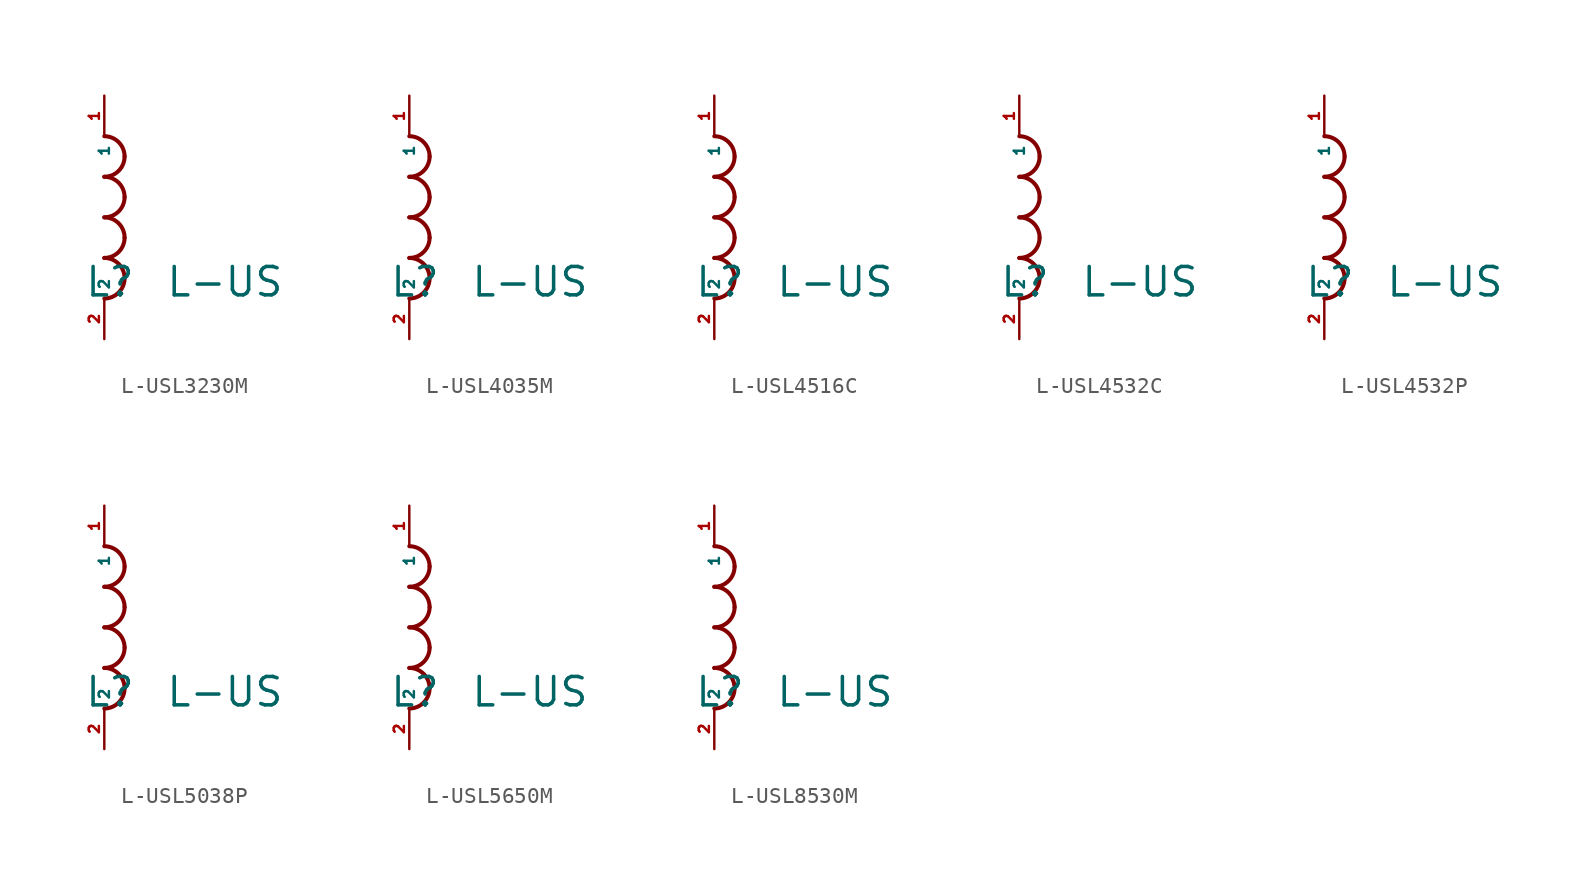
<source format=kicad_sym>
(kicad_symbol_lib
  (version 20220914)
  (generator Eagle2Kicad)
  (symbol "L-USL3230M"
    (property "Reference" "L"
      (at -1.27 -5.08 0)
      (effects (font (size 1.778 1.778) (thickness 0.22)) (justify left bottom)))
    (property "Value" "L-US"
      (at 3.81 -5.08 0)
      (effects (font (size 1.778 1.778) (thickness 0.22)) (justify left bottom)))
    (arc
      (start 1.27 3.81)
      (mid 0.898 4.708)
      (end 0 5.08)
      (stroke (width 0.254) (type default))
      (fill (type none)))
    (arc
      (start 0 2.54)
      (mid 0.898 2.912)
      (end 1.27 3.81)
      (stroke (width 0.254) (type default))
      (fill (type none)))
    (arc
      (start 1.27 1.27)
      (mid 0.898 2.168)
      (end 0 2.54)
      (stroke (width 0.254) (type default))
      (fill (type none)))
    (arc
      (start 0 0)
      (mid 0.898 0.372)
      (end 1.27 1.27)
      (stroke (width 0.254) (type default))
      (fill (type none)))
    (arc
      (start 1.27 -1.27)
      (mid 0.898 -0.372)
      (end 0 0)
      (stroke (width 0.254) (type default))
      (fill (type none)))
    (arc
      (start 0 -2.54)
      (mid 0.898 -2.168)
      (end 1.27 -1.27)
      (stroke (width 0.254) (type default))
      (fill (type none)))
    (arc
      (start 1.27 -3.81)
      (mid 0.898 -2.912)
      (end 0 -2.54)
      (stroke (width 0.254) (type default))
      (fill (type none)))
    (arc
      (start 0 -5.08)
      (mid 0.898 -4.708)
      (end 1.27 -3.81)
      (stroke (width 0.254) (type default))
      (fill (type none)))
    (pin passive line
      (at 0 -7.62 90)
      (length 2.54)
      (name "2" (effects (font (size 0.635 0.635) (thickness 0.08)) (justify left bottom)))
      (number "2" (effects (font (size 0.635 0.635) (thickness 0.08)) (justify left bottom))))
    (pin passive line
      (at 0 7.62 270)
      (length 2.54)
      (name "1" (effects (font (size 0.635 0.635) (thickness 0.08)) (justify left bottom)))
      (number "1" (effects (font (size 0.635 0.635) (thickness 0.08)) (justify left bottom)))))
  (symbol "L-USL4035M"
    (property "Reference" "L"
      (at -1.27 -5.08 0)
      (effects (font (size 1.778 1.778) (thickness 0.22)) (justify left bottom)))
    (property "Value" "L-US"
      (at 3.81 -5.08 0)
      (effects (font (size 1.778 1.778) (thickness 0.22)) (justify left bottom)))
    (arc
      (start 1.27 3.81)
      (mid 0.898 4.708)
      (end 0 5.08)
      (stroke (width 0.254) (type default))
      (fill (type none)))
    (arc
      (start 0 2.54)
      (mid 0.898 2.912)
      (end 1.27 3.81)
      (stroke (width 0.254) (type default))
      (fill (type none)))
    (arc
      (start 1.27 1.27)
      (mid 0.898 2.168)
      (end 0 2.54)
      (stroke (width 0.254) (type default))
      (fill (type none)))
    (arc
      (start 0 0)
      (mid 0.898 0.372)
      (end 1.27 1.27)
      (stroke (width 0.254) (type default))
      (fill (type none)))
    (arc
      (start 1.27 -1.27)
      (mid 0.898 -0.372)
      (end 0 0)
      (stroke (width 0.254) (type default))
      (fill (type none)))
    (arc
      (start 0 -2.54)
      (mid 0.898 -2.168)
      (end 1.27 -1.27)
      (stroke (width 0.254) (type default))
      (fill (type none)))
    (arc
      (start 1.27 -3.81)
      (mid 0.898 -2.912)
      (end 0 -2.54)
      (stroke (width 0.254) (type default))
      (fill (type none)))
    (arc
      (start 0 -5.08)
      (mid 0.898 -4.708)
      (end 1.27 -3.81)
      (stroke (width 0.254) (type default))
      (fill (type none)))
    (pin passive line
      (at 0 -7.62 90)
      (length 2.54)
      (name "2" (effects (font (size 0.635 0.635) (thickness 0.08)) (justify left bottom)))
      (number "2" (effects (font (size 0.635 0.635) (thickness 0.08)) (justify left bottom))))
    (pin passive line
      (at 0 7.62 270)
      (length 2.54)
      (name "1" (effects (font (size 0.635 0.635) (thickness 0.08)) (justify left bottom)))
      (number "1" (effects (font (size 0.635 0.635) (thickness 0.08)) (justify left bottom)))))
  (symbol "L-USL4516C"
    (property "Reference" "L"
      (at -1.27 -5.08 0)
      (effects (font (size 1.778 1.778) (thickness 0.22)) (justify left bottom)))
    (property "Value" "L-US"
      (at 3.81 -5.08 0)
      (effects (font (size 1.778 1.778) (thickness 0.22)) (justify left bottom)))
    (arc
      (start 1.27 3.81)
      (mid 0.898 4.708)
      (end 0 5.08)
      (stroke (width 0.254) (type default))
      (fill (type none)))
    (arc
      (start 0 2.54)
      (mid 0.898 2.912)
      (end 1.27 3.81)
      (stroke (width 0.254) (type default))
      (fill (type none)))
    (arc
      (start 1.27 1.27)
      (mid 0.898 2.168)
      (end 0 2.54)
      (stroke (width 0.254) (type default))
      (fill (type none)))
    (arc
      (start 0 0)
      (mid 0.898 0.372)
      (end 1.27 1.27)
      (stroke (width 0.254) (type default))
      (fill (type none)))
    (arc
      (start 1.27 -1.27)
      (mid 0.898 -0.372)
      (end 0 0)
      (stroke (width 0.254) (type default))
      (fill (type none)))
    (arc
      (start 0 -2.54)
      (mid 0.898 -2.168)
      (end 1.27 -1.27)
      (stroke (width 0.254) (type default))
      (fill (type none)))
    (arc
      (start 1.27 -3.81)
      (mid 0.898 -2.912)
      (end 0 -2.54)
      (stroke (width 0.254) (type default))
      (fill (type none)))
    (arc
      (start 0 -5.08)
      (mid 0.898 -4.708)
      (end 1.27 -3.81)
      (stroke (width 0.254) (type default))
      (fill (type none)))
    (pin passive line
      (at 0 -7.62 90)
      (length 2.54)
      (name "2" (effects (font (size 0.635 0.635) (thickness 0.08)) (justify left bottom)))
      (number "2" (effects (font (size 0.635 0.635) (thickness 0.08)) (justify left bottom))))
    (pin passive line
      (at 0 7.62 270)
      (length 2.54)
      (name "1" (effects (font (size 0.635 0.635) (thickness 0.08)) (justify left bottom)))
      (number "1" (effects (font (size 0.635 0.635) (thickness 0.08)) (justify left bottom)))))
  (symbol "L-USL4532C"
    (property "Reference" "L"
      (at -1.27 -5.08 0)
      (effects (font (size 1.778 1.778) (thickness 0.22)) (justify left bottom)))
    (property "Value" "L-US"
      (at 3.81 -5.08 0)
      (effects (font (size 1.778 1.778) (thickness 0.22)) (justify left bottom)))
    (arc
      (start 1.27 3.81)
      (mid 0.898 4.708)
      (end 0 5.08)
      (stroke (width 0.254) (type default))
      (fill (type none)))
    (arc
      (start 0 2.54)
      (mid 0.898 2.912)
      (end 1.27 3.81)
      (stroke (width 0.254) (type default))
      (fill (type none)))
    (arc
      (start 1.27 1.27)
      (mid 0.898 2.168)
      (end 0 2.54)
      (stroke (width 0.254) (type default))
      (fill (type none)))
    (arc
      (start 0 0)
      (mid 0.898 0.372)
      (end 1.27 1.27)
      (stroke (width 0.254) (type default))
      (fill (type none)))
    (arc
      (start 1.27 -1.27)
      (mid 0.898 -0.372)
      (end 0 0)
      (stroke (width 0.254) (type default))
      (fill (type none)))
    (arc
      (start 0 -2.54)
      (mid 0.898 -2.168)
      (end 1.27 -1.27)
      (stroke (width 0.254) (type default))
      (fill (type none)))
    (arc
      (start 1.27 -3.81)
      (mid 0.898 -2.912)
      (end 0 -2.54)
      (stroke (width 0.254) (type default))
      (fill (type none)))
    (arc
      (start 0 -5.08)
      (mid 0.898 -4.708)
      (end 1.27 -3.81)
      (stroke (width 0.254) (type default))
      (fill (type none)))
    (pin passive line
      (at 0 -7.62 90)
      (length 2.54)
      (name "2" (effects (font (size 0.635 0.635) (thickness 0.08)) (justify left bottom)))
      (number "2" (effects (font (size 0.635 0.635) (thickness 0.08)) (justify left bottom))))
    (pin passive line
      (at 0 7.62 270)
      (length 2.54)
      (name "1" (effects (font (size 0.635 0.635) (thickness 0.08)) (justify left bottom)))
      (number "1" (effects (font (size 0.635 0.635) (thickness 0.08)) (justify left bottom)))))
  (symbol "L-USL4532P"
    (property "Reference" "L"
      (at -1.27 -5.08 0)
      (effects (font (size 1.778 1.778) (thickness 0.22)) (justify left bottom)))
    (property "Value" "L-US"
      (at 3.81 -5.08 0)
      (effects (font (size 1.778 1.778) (thickness 0.22)) (justify left bottom)))
    (arc
      (start 1.27 3.81)
      (mid 0.898 4.708)
      (end 0 5.08)
      (stroke (width 0.254) (type default))
      (fill (type none)))
    (arc
      (start 0 2.54)
      (mid 0.898 2.912)
      (end 1.27 3.81)
      (stroke (width 0.254) (type default))
      (fill (type none)))
    (arc
      (start 1.27 1.27)
      (mid 0.898 2.168)
      (end 0 2.54)
      (stroke (width 0.254) (type default))
      (fill (type none)))
    (arc
      (start 0 0)
      (mid 0.898 0.372)
      (end 1.27 1.27)
      (stroke (width 0.254) (type default))
      (fill (type none)))
    (arc
      (start 1.27 -1.27)
      (mid 0.898 -0.372)
      (end 0 0)
      (stroke (width 0.254) (type default))
      (fill (type none)))
    (arc
      (start 0 -2.54)
      (mid 0.898 -2.168)
      (end 1.27 -1.27)
      (stroke (width 0.254) (type default))
      (fill (type none)))
    (arc
      (start 1.27 -3.81)
      (mid 0.898 -2.912)
      (end 0 -2.54)
      (stroke (width 0.254) (type default))
      (fill (type none)))
    (arc
      (start 0 -5.08)
      (mid 0.898 -4.708)
      (end 1.27 -3.81)
      (stroke (width 0.254) (type default))
      (fill (type none)))
    (pin passive line
      (at 0 -7.62 90)
      (length 2.54)
      (name "2" (effects (font (size 0.635 0.635) (thickness 0.08)) (justify left bottom)))
      (number "2" (effects (font (size 0.635 0.635) (thickness 0.08)) (justify left bottom))))
    (pin passive line
      (at 0 7.62 270)
      (length 2.54)
      (name "1" (effects (font (size 0.635 0.635) (thickness 0.08)) (justify left bottom)))
      (number "1" (effects (font (size 0.635 0.635) (thickness 0.08)) (justify left bottom)))))
  (symbol "L-USL5038P"
    (property "Reference" "L"
      (at -1.27 -5.08 0)
      (effects (font (size 1.778 1.778) (thickness 0.22)) (justify left bottom)))
    (property "Value" "L-US"
      (at 3.81 -5.08 0)
      (effects (font (size 1.778 1.778) (thickness 0.22)) (justify left bottom)))
    (arc
      (start 1.27 3.81)
      (mid 0.898 4.708)
      (end 0 5.08)
      (stroke (width 0.254) (type default))
      (fill (type none)))
    (arc
      (start 0 2.54)
      (mid 0.898 2.912)
      (end 1.27 3.81)
      (stroke (width 0.254) (type default))
      (fill (type none)))
    (arc
      (start 1.27 1.27)
      (mid 0.898 2.168)
      (end 0 2.54)
      (stroke (width 0.254) (type default))
      (fill (type none)))
    (arc
      (start 0 0)
      (mid 0.898 0.372)
      (end 1.27 1.27)
      (stroke (width 0.254) (type default))
      (fill (type none)))
    (arc
      (start 1.27 -1.27)
      (mid 0.898 -0.372)
      (end 0 0)
      (stroke (width 0.254) (type default))
      (fill (type none)))
    (arc
      (start 0 -2.54)
      (mid 0.898 -2.168)
      (end 1.27 -1.27)
      (stroke (width 0.254) (type default))
      (fill (type none)))
    (arc
      (start 1.27 -3.81)
      (mid 0.898 -2.912)
      (end 0 -2.54)
      (stroke (width 0.254) (type default))
      (fill (type none)))
    (arc
      (start 0 -5.08)
      (mid 0.898 -4.708)
      (end 1.27 -3.81)
      (stroke (width 0.254) (type default))
      (fill (type none)))
    (pin passive line
      (at 0 -7.62 90)
      (length 2.54)
      (name "2" (effects (font (size 0.635 0.635) (thickness 0.08)) (justify left bottom)))
      (number "2" (effects (font (size 0.635 0.635) (thickness 0.08)) (justify left bottom))))
    (pin passive line
      (at 0 7.62 270)
      (length 2.54)
      (name "1" (effects (font (size 0.635 0.635) (thickness 0.08)) (justify left bottom)))
      (number "1" (effects (font (size 0.635 0.635) (thickness 0.08)) (justify left bottom)))))
  (symbol "L-USL5650M"
    (property "Reference" "L"
      (at -1.27 -5.08 0)
      (effects (font (size 1.778 1.778) (thickness 0.22)) (justify left bottom)))
    (property "Value" "L-US"
      (at 3.81 -5.08 0)
      (effects (font (size 1.778 1.778) (thickness 0.22)) (justify left bottom)))
    (arc
      (start 1.27 3.81)
      (mid 0.898 4.708)
      (end 0 5.08)
      (stroke (width 0.254) (type default))
      (fill (type none)))
    (arc
      (start 0 2.54)
      (mid 0.898 2.912)
      (end 1.27 3.81)
      (stroke (width 0.254) (type default))
      (fill (type none)))
    (arc
      (start 1.27 1.27)
      (mid 0.898 2.168)
      (end 0 2.54)
      (stroke (width 0.254) (type default))
      (fill (type none)))
    (arc
      (start 0 0)
      (mid 0.898 0.372)
      (end 1.27 1.27)
      (stroke (width 0.254) (type default))
      (fill (type none)))
    (arc
      (start 1.27 -1.27)
      (mid 0.898 -0.372)
      (end 0 0)
      (stroke (width 0.254) (type default))
      (fill (type none)))
    (arc
      (start 0 -2.54)
      (mid 0.898 -2.168)
      (end 1.27 -1.27)
      (stroke (width 0.254) (type default))
      (fill (type none)))
    (arc
      (start 1.27 -3.81)
      (mid 0.898 -2.912)
      (end 0 -2.54)
      (stroke (width 0.254) (type default))
      (fill (type none)))
    (arc
      (start 0 -5.08)
      (mid 0.898 -4.708)
      (end 1.27 -3.81)
      (stroke (width 0.254) (type default))
      (fill (type none)))
    (pin passive line
      (at 0 -7.62 90)
      (length 2.54)
      (name "2" (effects (font (size 0.635 0.635) (thickness 0.08)) (justify left bottom)))
      (number "2" (effects (font (size 0.635 0.635) (thickness 0.08)) (justify left bottom))))
    (pin passive line
      (at 0 7.62 270)
      (length 2.54)
      (name "1" (effects (font (size 0.635 0.635) (thickness 0.08)) (justify left bottom)))
      (number "1" (effects (font (size 0.635 0.635) (thickness 0.08)) (justify left bottom)))))
  (symbol "L-USL8530M"
    (property "Reference" "L"
      (at -1.27 -5.08 0)
      (effects (font (size 1.778 1.778) (thickness 0.22)) (justify left bottom)))
    (property "Value" "L-US"
      (at 3.81 -5.08 0)
      (effects (font (size 1.778 1.778) (thickness 0.22)) (justify left bottom)))
    (arc
      (start 1.27 3.81)
      (mid 0.898 4.708)
      (end 0 5.08)
      (stroke (width 0.254) (type default))
      (fill (type none)))
    (arc
      (start 0 2.54)
      (mid 0.898 2.912)
      (end 1.27 3.81)
      (stroke (width 0.254) (type default))
      (fill (type none)))
    (arc
      (start 1.27 1.27)
      (mid 0.898 2.168)
      (end 0 2.54)
      (stroke (width 0.254) (type default))
      (fill (type none)))
    (arc
      (start 0 0)
      (mid 0.898 0.372)
      (end 1.27 1.27)
      (stroke (width 0.254) (type default))
      (fill (type none)))
    (arc
      (start 1.27 -1.27)
      (mid 0.898 -0.372)
      (end 0 0)
      (stroke (width 0.254) (type default))
      (fill (type none)))
    (arc
      (start 0 -2.54)
      (mid 0.898 -2.168)
      (end 1.27 -1.27)
      (stroke (width 0.254) (type default))
      (fill (type none)))
    (arc
      (start 1.27 -3.81)
      (mid 0.898 -2.912)
      (end 0 -2.54)
      (stroke (width 0.254) (type default))
      (fill (type none)))
    (arc
      (start 0 -5.08)
      (mid 0.898 -4.708)
      (end 1.27 -3.81)
      (stroke (width 0.254) (type default))
      (fill (type none)))
    (pin passive line
      (at 0 -7.62 90)
      (length 2.54)
      (name "2" (effects (font (size 0.635 0.635) (thickness 0.08)) (justify left bottom)))
      (number "2" (effects (font (size 0.635 0.635) (thickness 0.08)) (justify left bottom))))
    (pin passive line
      (at 0 7.62 270)
      (length 2.54)
      (name "1" (effects (font (size 0.635 0.635) (thickness 0.08)) (justify left bottom)))
      (number "1" (effects (font (size 0.635 0.635) (thickness 0.08)) (justify left bottom))))))
</source>
